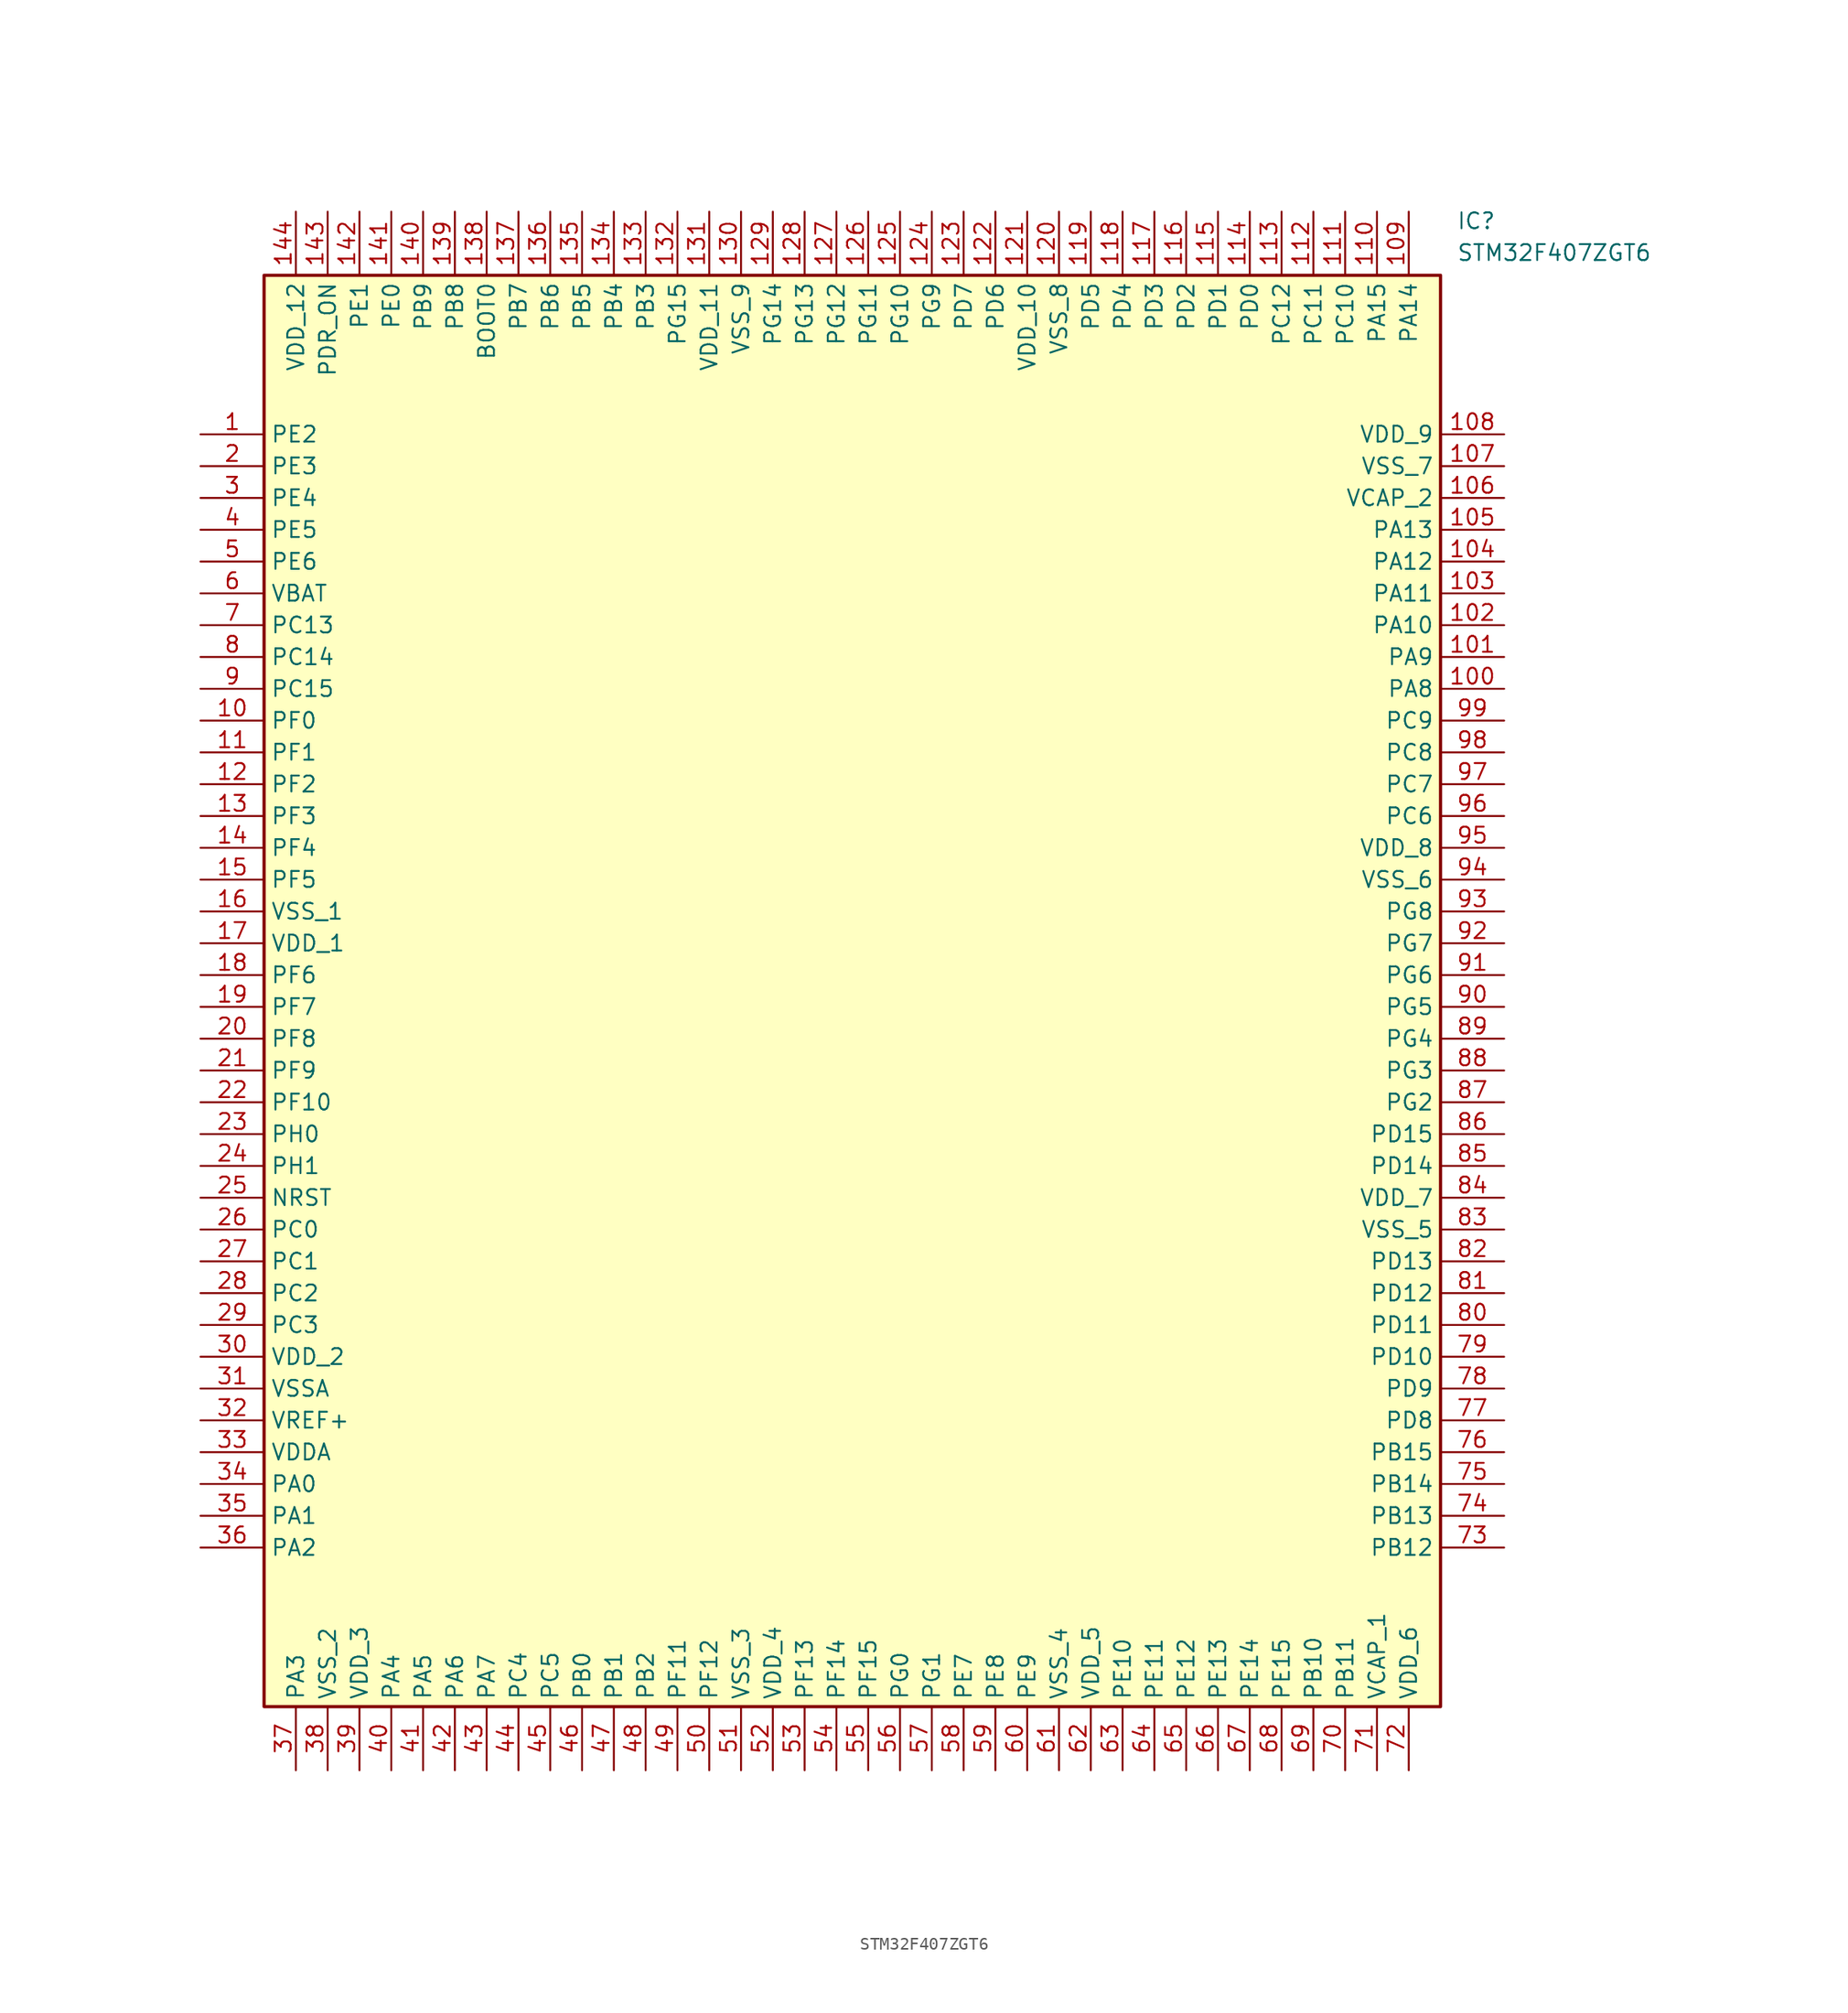
<source format=kicad_sym>
(kicad_symbol_lib
  (version 20211014)
  (generator SamacSys_ECAD_Model)
  (symbol "STM32F407ZGT6"
    (property "Reference" "IC"
      (at 100.33 17.78 0)
      (effects (font (size 1.27 1.27)) (justify left top)))
    (property "Value" "STM32F407ZGT6"
      (at 100.33 15.24 0)
      (effects (font (size 1.27 1.27)) (justify left top)))
    (rectangle
      (start 5.08 12.7)
      (end 99.06 -101.6)
      (stroke (width 0.254) (type default))
      (fill (type background)))
    (pin passive line
      (at 0 0 0)
      (length 5.08)
      (name "PE2" (effects (font (size 1.27 1.27))))
      (number "1" (effects (font (size 1.27 1.27)))))
    (pin passive line
      (at 0 -2.54 0)
      (length 5.08)
      (name "PE3" (effects (font (size 1.27 1.27))))
      (number "2" (effects (font (size 1.27 1.27)))))
    (pin passive line
      (at 0 -5.08 0)
      (length 5.08)
      (name "PE4" (effects (font (size 1.27 1.27))))
      (number "3" (effects (font (size 1.27 1.27)))))
    (pin passive line
      (at 0 -7.62 0)
      (length 5.08)
      (name "PE5" (effects (font (size 1.27 1.27))))
      (number "4" (effects (font (size 1.27 1.27)))))
    (pin passive line
      (at 0 -10.16 0)
      (length 5.08)
      (name "PE6" (effects (font (size 1.27 1.27))))
      (number "5" (effects (font (size 1.27 1.27)))))
    (pin passive line
      (at 0 -12.7 0)
      (length 5.08)
      (name "VBAT" (effects (font (size 1.27 1.27))))
      (number "6" (effects (font (size 1.27 1.27)))))
    (pin passive line
      (at 0 -15.24 0)
      (length 5.08)
      (name "PC13" (effects (font (size 1.27 1.27))))
      (number "7" (effects (font (size 1.27 1.27)))))
    (pin passive line
      (at 0 -17.78 0)
      (length 5.08)
      (name "PC14" (effects (font (size 1.27 1.27))))
      (number "8" (effects (font (size 1.27 1.27)))))
    (pin passive line
      (at 0 -20.32 0)
      (length 5.08)
      (name "PC15" (effects (font (size 1.27 1.27))))
      (number "9" (effects (font (size 1.27 1.27)))))
    (pin passive line
      (at 0 -22.86 0)
      (length 5.08)
      (name "PF0" (effects (font (size 1.27 1.27))))
      (number "10" (effects (font (size 1.27 1.27)))))
    (pin passive line
      (at 0 -25.4 0)
      (length 5.08)
      (name "PF1" (effects (font (size 1.27 1.27))))
      (number "11" (effects (font (size 1.27 1.27)))))
    (pin passive line
      (at 0 -27.94 0)
      (length 5.08)
      (name "PF2" (effects (font (size 1.27 1.27))))
      (number "12" (effects (font (size 1.27 1.27)))))
    (pin passive line
      (at 0 -30.48 0)
      (length 5.08)
      (name "PF3" (effects (font (size 1.27 1.27))))
      (number "13" (effects (font (size 1.27 1.27)))))
    (pin passive line
      (at 0 -33.02 0)
      (length 5.08)
      (name "PF4" (effects (font (size 1.27 1.27))))
      (number "14" (effects (font (size 1.27 1.27)))))
    (pin passive line
      (at 0 -35.56 0)
      (length 5.08)
      (name "PF5" (effects (font (size 1.27 1.27))))
      (number "15" (effects (font (size 1.27 1.27)))))
    (pin passive line
      (at 0 -38.1 0)
      (length 5.08)
      (name "VSS_1" (effects (font (size 1.27 1.27))))
      (number "16" (effects (font (size 1.27 1.27)))))
    (pin passive line
      (at 0 -40.64 0)
      (length 5.08)
      (name "VDD_1" (effects (font (size 1.27 1.27))))
      (number "17" (effects (font (size 1.27 1.27)))))
    (pin passive line
      (at 0 -43.18 0)
      (length 5.08)
      (name "PF6" (effects (font (size 1.27 1.27))))
      (number "18" (effects (font (size 1.27 1.27)))))
    (pin passive line
      (at 0 -45.72 0)
      (length 5.08)
      (name "PF7" (effects (font (size 1.27 1.27))))
      (number "19" (effects (font (size 1.27 1.27)))))
    (pin passive line
      (at 0 -48.26 0)
      (length 5.08)
      (name "PF8" (effects (font (size 1.27 1.27))))
      (number "20" (effects (font (size 1.27 1.27)))))
    (pin passive line
      (at 0 -50.8 0)
      (length 5.08)
      (name "PF9" (effects (font (size 1.27 1.27))))
      (number "21" (effects (font (size 1.27 1.27)))))
    (pin passive line
      (at 0 -53.34 0)
      (length 5.08)
      (name "PF10" (effects (font (size 1.27 1.27))))
      (number "22" (effects (font (size 1.27 1.27)))))
    (pin passive line
      (at 0 -55.88 0)
      (length 5.08)
      (name "PH0" (effects (font (size 1.27 1.27))))
      (number "23" (effects (font (size 1.27 1.27)))))
    (pin passive line
      (at 0 -58.42 0)
      (length 5.08)
      (name "PH1" (effects (font (size 1.27 1.27))))
      (number "24" (effects (font (size 1.27 1.27)))))
    (pin passive line
      (at 0 -60.96 0)
      (length 5.08)
      (name "NRST" (effects (font (size 1.27 1.27))))
      (number "25" (effects (font (size 1.27 1.27)))))
    (pin passive line
      (at 0 -63.5 0)
      (length 5.08)
      (name "PC0" (effects (font (size 1.27 1.27))))
      (number "26" (effects (font (size 1.27 1.27)))))
    (pin passive line
      (at 0 -66.04 0)
      (length 5.08)
      (name "PC1" (effects (font (size 1.27 1.27))))
      (number "27" (effects (font (size 1.27 1.27)))))
    (pin passive line
      (at 0 -68.58 0)
      (length 5.08)
      (name "PC2" (effects (font (size 1.27 1.27))))
      (number "28" (effects (font (size 1.27 1.27)))))
    (pin passive line
      (at 0 -71.12 0)
      (length 5.08)
      (name "PC3" (effects (font (size 1.27 1.27))))
      (number "29" (effects (font (size 1.27 1.27)))))
    (pin passive line
      (at 0 -73.66 0)
      (length 5.08)
      (name "VDD_2" (effects (font (size 1.27 1.27))))
      (number "30" (effects (font (size 1.27 1.27)))))
    (pin passive line
      (at 0 -76.2 0)
      (length 5.08)
      (name "VSSA" (effects (font (size 1.27 1.27))))
      (number "31" (effects (font (size 1.27 1.27)))))
    (pin passive line
      (at 0 -78.74 0)
      (length 5.08)
      (name "VREF+" (effects (font (size 1.27 1.27))))
      (number "32" (effects (font (size 1.27 1.27)))))
    (pin passive line
      (at 0 -81.28 0)
      (length 5.08)
      (name "VDDA" (effects (font (size 1.27 1.27))))
      (number "33" (effects (font (size 1.27 1.27)))))
    (pin passive line
      (at 0 -83.82 0)
      (length 5.08)
      (name "PA0" (effects (font (size 1.27 1.27))))
      (number "34" (effects (font (size 1.27 1.27)))))
    (pin passive line
      (at 0 -86.36 0)
      (length 5.08)
      (name "PA1" (effects (font (size 1.27 1.27))))
      (number "35" (effects (font (size 1.27 1.27)))))
    (pin passive line
      (at 0 -88.9 0)
      (length 5.08)
      (name "PA2" (effects (font (size 1.27 1.27))))
      (number "36" (effects (font (size 1.27 1.27)))))
    (pin passive line
      (at 7.62 -106.68 90)
      (length 5.08)
      (name "PA3" (effects (font (size 1.27 1.27))))
      (number "37" (effects (font (size 1.27 1.27)))))
    (pin passive line
      (at 10.16 -106.68 90)
      (length 5.08)
      (name "VSS_2" (effects (font (size 1.27 1.27))))
      (number "38" (effects (font (size 1.27 1.27)))))
    (pin passive line
      (at 12.7 -106.68 90)
      (length 5.08)
      (name "VDD_3" (effects (font (size 1.27 1.27))))
      (number "39" (effects (font (size 1.27 1.27)))))
    (pin passive line
      (at 15.24 -106.68 90)
      (length 5.08)
      (name "PA4" (effects (font (size 1.27 1.27))))
      (number "40" (effects (font (size 1.27 1.27)))))
    (pin passive line
      (at 17.78 -106.68 90)
      (length 5.08)
      (name "PA5" (effects (font (size 1.27 1.27))))
      (number "41" (effects (font (size 1.27 1.27)))))
    (pin passive line
      (at 20.32 -106.68 90)
      (length 5.08)
      (name "PA6" (effects (font (size 1.27 1.27))))
      (number "42" (effects (font (size 1.27 1.27)))))
    (pin passive line
      (at 22.86 -106.68 90)
      (length 5.08)
      (name "PA7" (effects (font (size 1.27 1.27))))
      (number "43" (effects (font (size 1.27 1.27)))))
    (pin passive line
      (at 25.4 -106.68 90)
      (length 5.08)
      (name "PC4" (effects (font (size 1.27 1.27))))
      (number "44" (effects (font (size 1.27 1.27)))))
    (pin passive line
      (at 27.94 -106.68 90)
      (length 5.08)
      (name "PC5" (effects (font (size 1.27 1.27))))
      (number "45" (effects (font (size 1.27 1.27)))))
    (pin passive line
      (at 30.48 -106.68 90)
      (length 5.08)
      (name "PB0" (effects (font (size 1.27 1.27))))
      (number "46" (effects (font (size 1.27 1.27)))))
    (pin passive line
      (at 33.02 -106.68 90)
      (length 5.08)
      (name "PB1" (effects (font (size 1.27 1.27))))
      (number "47" (effects (font (size 1.27 1.27)))))
    (pin passive line
      (at 35.56 -106.68 90)
      (length 5.08)
      (name "PB2" (effects (font (size 1.27 1.27))))
      (number "48" (effects (font (size 1.27 1.27)))))
    (pin passive line
      (at 38.1 -106.68 90)
      (length 5.08)
      (name "PF11" (effects (font (size 1.27 1.27))))
      (number "49" (effects (font (size 1.27 1.27)))))
    (pin passive line
      (at 40.64 -106.68 90)
      (length 5.08)
      (name "PF12" (effects (font (size 1.27 1.27))))
      (number "50" (effects (font (size 1.27 1.27)))))
    (pin passive line
      (at 43.18 -106.68 90)
      (length 5.08)
      (name "VSS_3" (effects (font (size 1.27 1.27))))
      (number "51" (effects (font (size 1.27 1.27)))))
    (pin passive line
      (at 45.72 -106.68 90)
      (length 5.08)
      (name "VDD_4" (effects (font (size 1.27 1.27))))
      (number "52" (effects (font (size 1.27 1.27)))))
    (pin passive line
      (at 48.26 -106.68 90)
      (length 5.08)
      (name "PF13" (effects (font (size 1.27 1.27))))
      (number "53" (effects (font (size 1.27 1.27)))))
    (pin passive line
      (at 50.8 -106.68 90)
      (length 5.08)
      (name "PF14" (effects (font (size 1.27 1.27))))
      (number "54" (effects (font (size 1.27 1.27)))))
    (pin passive line
      (at 53.34 -106.68 90)
      (length 5.08)
      (name "PF15" (effects (font (size 1.27 1.27))))
      (number "55" (effects (font (size 1.27 1.27)))))
    (pin passive line
      (at 55.88 -106.68 90)
      (length 5.08)
      (name "PG0" (effects (font (size 1.27 1.27))))
      (number "56" (effects (font (size 1.27 1.27)))))
    (pin passive line
      (at 58.42 -106.68 90)
      (length 5.08)
      (name "PG1" (effects (font (size 1.27 1.27))))
      (number "57" (effects (font (size 1.27 1.27)))))
    (pin passive line
      (at 60.96 -106.68 90)
      (length 5.08)
      (name "PE7" (effects (font (size 1.27 1.27))))
      (number "58" (effects (font (size 1.27 1.27)))))
    (pin passive line
      (at 63.5 -106.68 90)
      (length 5.08)
      (name "PE8" (effects (font (size 1.27 1.27))))
      (number "59" (effects (font (size 1.27 1.27)))))
    (pin passive line
      (at 66.04 -106.68 90)
      (length 5.08)
      (name "PE9" (effects (font (size 1.27 1.27))))
      (number "60" (effects (font (size 1.27 1.27)))))
    (pin passive line
      (at 68.58 -106.68 90)
      (length 5.08)
      (name "VSS_4" (effects (font (size 1.27 1.27))))
      (number "61" (effects (font (size 1.27 1.27)))))
    (pin passive line
      (at 71.12 -106.68 90)
      (length 5.08)
      (name "VDD_5" (effects (font (size 1.27 1.27))))
      (number "62" (effects (font (size 1.27 1.27)))))
    (pin passive line
      (at 73.66 -106.68 90)
      (length 5.08)
      (name "PE10" (effects (font (size 1.27 1.27))))
      (number "63" (effects (font (size 1.27 1.27)))))
    (pin passive line
      (at 76.2 -106.68 90)
      (length 5.08)
      (name "PE11" (effects (font (size 1.27 1.27))))
      (number "64" (effects (font (size 1.27 1.27)))))
    (pin passive line
      (at 78.74 -106.68 90)
      (length 5.08)
      (name "PE12" (effects (font (size 1.27 1.27))))
      (number "65" (effects (font (size 1.27 1.27)))))
    (pin passive line
      (at 81.28 -106.68 90)
      (length 5.08)
      (name "PE13" (effects (font (size 1.27 1.27))))
      (number "66" (effects (font (size 1.27 1.27)))))
    (pin passive line
      (at 83.82 -106.68 90)
      (length 5.08)
      (name "PE14" (effects (font (size 1.27 1.27))))
      (number "67" (effects (font (size 1.27 1.27)))))
    (pin passive line
      (at 86.36 -106.68 90)
      (length 5.08)
      (name "PE15" (effects (font (size 1.27 1.27))))
      (number "68" (effects (font (size 1.27 1.27)))))
    (pin passive line
      (at 88.9 -106.68 90)
      (length 5.08)
      (name "PB10" (effects (font (size 1.27 1.27))))
      (number "69" (effects (font (size 1.27 1.27)))))
    (pin passive line
      (at 91.44 -106.68 90)
      (length 5.08)
      (name "PB11" (effects (font (size 1.27 1.27))))
      (number "70" (effects (font (size 1.27 1.27)))))
    (pin passive line
      (at 93.98 -106.68 90)
      (length 5.08)
      (name "VCAP_1" (effects (font (size 1.27 1.27))))
      (number "71" (effects (font (size 1.27 1.27)))))
    (pin passive line
      (at 96.52 -106.68 90)
      (length 5.08)
      (name "VDD_6" (effects (font (size 1.27 1.27))))
      (number "72" (effects (font (size 1.27 1.27)))))
    (pin passive line
      (at 104.14 0 180)
      (length 5.08)
      (name "VDD_9" (effects (font (size 1.27 1.27))))
      (number "108" (effects (font (size 1.27 1.27)))))
    (pin passive line
      (at 104.14 -2.54 180)
      (length 5.08)
      (name "VSS_7" (effects (font (size 1.27 1.27))))
      (number "107" (effects (font (size 1.27 1.27)))))
    (pin passive line
      (at 104.14 -5.08 180)
      (length 5.08)
      (name "VCAP_2" (effects (font (size 1.27 1.27))))
      (number "106" (effects (font (size 1.27 1.27)))))
    (pin passive line
      (at 104.14 -7.62 180)
      (length 5.08)
      (name "PA13" (effects (font (size 1.27 1.27))))
      (number "105" (effects (font (size 1.27 1.27)))))
    (pin passive line
      (at 104.14 -10.16 180)
      (length 5.08)
      (name "PA12" (effects (font (size 1.27 1.27))))
      (number "104" (effects (font (size 1.27 1.27)))))
    (pin passive line
      (at 104.14 -12.7 180)
      (length 5.08)
      (name "PA11" (effects (font (size 1.27 1.27))))
      (number "103" (effects (font (size 1.27 1.27)))))
    (pin passive line
      (at 104.14 -15.24 180)
      (length 5.08)
      (name "PA10" (effects (font (size 1.27 1.27))))
      (number "102" (effects (font (size 1.27 1.27)))))
    (pin passive line
      (at 104.14 -17.78 180)
      (length 5.08)
      (name "PA9" (effects (font (size 1.27 1.27))))
      (number "101" (effects (font (size 1.27 1.27)))))
    (pin passive line
      (at 104.14 -20.32 180)
      (length 5.08)
      (name "PA8" (effects (font (size 1.27 1.27))))
      (number "100" (effects (font (size 1.27 1.27)))))
    (pin passive line
      (at 104.14 -22.86 180)
      (length 5.08)
      (name "PC9" (effects (font (size 1.27 1.27))))
      (number "99" (effects (font (size 1.27 1.27)))))
    (pin passive line
      (at 104.14 -25.4 180)
      (length 5.08)
      (name "PC8" (effects (font (size 1.27 1.27))))
      (number "98" (effects (font (size 1.27 1.27)))))
    (pin passive line
      (at 104.14 -27.94 180)
      (length 5.08)
      (name "PC7" (effects (font (size 1.27 1.27))))
      (number "97" (effects (font (size 1.27 1.27)))))
    (pin passive line
      (at 104.14 -30.48 180)
      (length 5.08)
      (name "PC6" (effects (font (size 1.27 1.27))))
      (number "96" (effects (font (size 1.27 1.27)))))
    (pin passive line
      (at 104.14 -33.02 180)
      (length 5.08)
      (name "VDD_8" (effects (font (size 1.27 1.27))))
      (number "95" (effects (font (size 1.27 1.27)))))
    (pin passive line
      (at 104.14 -35.56 180)
      (length 5.08)
      (name "VSS_6" (effects (font (size 1.27 1.27))))
      (number "94" (effects (font (size 1.27 1.27)))))
    (pin passive line
      (at 104.14 -38.1 180)
      (length 5.08)
      (name "PG8" (effects (font (size 1.27 1.27))))
      (number "93" (effects (font (size 1.27 1.27)))))
    (pin passive line
      (at 104.14 -40.64 180)
      (length 5.08)
      (name "PG7" (effects (font (size 1.27 1.27))))
      (number "92" (effects (font (size 1.27 1.27)))))
    (pin passive line
      (at 104.14 -43.18 180)
      (length 5.08)
      (name "PG6" (effects (font (size 1.27 1.27))))
      (number "91" (effects (font (size 1.27 1.27)))))
    (pin passive line
      (at 104.14 -45.72 180)
      (length 5.08)
      (name "PG5" (effects (font (size 1.27 1.27))))
      (number "90" (effects (font (size 1.27 1.27)))))
    (pin passive line
      (at 104.14 -48.26 180)
      (length 5.08)
      (name "PG4" (effects (font (size 1.27 1.27))))
      (number "89" (effects (font (size 1.27 1.27)))))
    (pin passive line
      (at 104.14 -50.8 180)
      (length 5.08)
      (name "PG3" (effects (font (size 1.27 1.27))))
      (number "88" (effects (font (size 1.27 1.27)))))
    (pin passive line
      (at 104.14 -53.34 180)
      (length 5.08)
      (name "PG2" (effects (font (size 1.27 1.27))))
      (number "87" (effects (font (size 1.27 1.27)))))
    (pin passive line
      (at 104.14 -55.88 180)
      (length 5.08)
      (name "PD15" (effects (font (size 1.27 1.27))))
      (number "86" (effects (font (size 1.27 1.27)))))
    (pin passive line
      (at 104.14 -58.42 180)
      (length 5.08)
      (name "PD14" (effects (font (size 1.27 1.27))))
      (number "85" (effects (font (size 1.27 1.27)))))
    (pin passive line
      (at 104.14 -60.96 180)
      (length 5.08)
      (name "VDD_7" (effects (font (size 1.27 1.27))))
      (number "84" (effects (font (size 1.27 1.27)))))
    (pin passive line
      (at 104.14 -63.5 180)
      (length 5.08)
      (name "VSS_5" (effects (font (size 1.27 1.27))))
      (number "83" (effects (font (size 1.27 1.27)))))
    (pin passive line
      (at 104.14 -66.04 180)
      (length 5.08)
      (name "PD13" (effects (font (size 1.27 1.27))))
      (number "82" (effects (font (size 1.27 1.27)))))
    (pin passive line
      (at 104.14 -68.58 180)
      (length 5.08)
      (name "PD12" (effects (font (size 1.27 1.27))))
      (number "81" (effects (font (size 1.27 1.27)))))
    (pin passive line
      (at 104.14 -71.12 180)
      (length 5.08)
      (name "PD11" (effects (font (size 1.27 1.27))))
      (number "80" (effects (font (size 1.27 1.27)))))
    (pin passive line
      (at 104.14 -73.66 180)
      (length 5.08)
      (name "PD10" (effects (font (size 1.27 1.27))))
      (number "79" (effects (font (size 1.27 1.27)))))
    (pin passive line
      (at 104.14 -76.2 180)
      (length 5.08)
      (name "PD9" (effects (font (size 1.27 1.27))))
      (number "78" (effects (font (size 1.27 1.27)))))
    (pin passive line
      (at 104.14 -78.74 180)
      (length 5.08)
      (name "PD8" (effects (font (size 1.27 1.27))))
      (number "77" (effects (font (size 1.27 1.27)))))
    (pin passive line
      (at 104.14 -81.28 180)
      (length 5.08)
      (name "PB15" (effects (font (size 1.27 1.27))))
      (number "76" (effects (font (size 1.27 1.27)))))
    (pin passive line
      (at 104.14 -83.82 180)
      (length 5.08)
      (name "PB14" (effects (font (size 1.27 1.27))))
      (number "75" (effects (font (size 1.27 1.27)))))
    (pin passive line
      (at 104.14 -86.36 180)
      (length 5.08)
      (name "PB13" (effects (font (size 1.27 1.27))))
      (number "74" (effects (font (size 1.27 1.27)))))
    (pin passive line
      (at 104.14 -88.9 180)
      (length 5.08)
      (name "PB12" (effects (font (size 1.27 1.27))))
      (number "73" (effects (font (size 1.27 1.27)))))
    (pin passive line
      (at 7.62 17.78 270)
      (length 5.08)
      (name "VDD_12" (effects (font (size 1.27 1.27))))
      (number "144" (effects (font (size 1.27 1.27)))))
    (pin passive line
      (at 10.16 17.78 270)
      (length 5.08)
      (name "PDR_ON" (effects (font (size 1.27 1.27))))
      (number "143" (effects (font (size 1.27 1.27)))))
    (pin passive line
      (at 12.7 17.78 270)
      (length 5.08)
      (name "PE1" (effects (font (size 1.27 1.27))))
      (number "142" (effects (font (size 1.27 1.27)))))
    (pin passive line
      (at 15.24 17.78 270)
      (length 5.08)
      (name "PE0" (effects (font (size 1.27 1.27))))
      (number "141" (effects (font (size 1.27 1.27)))))
    (pin passive line
      (at 17.78 17.78 270)
      (length 5.08)
      (name "PB9" (effects (font (size 1.27 1.27))))
      (number "140" (effects (font (size 1.27 1.27)))))
    (pin passive line
      (at 20.32 17.78 270)
      (length 5.08)
      (name "PB8" (effects (font (size 1.27 1.27))))
      (number "139" (effects (font (size 1.27 1.27)))))
    (pin passive line
      (at 22.86 17.78 270)
      (length 5.08)
      (name "BOOT0" (effects (font (size 1.27 1.27))))
      (number "138" (effects (font (size 1.27 1.27)))))
    (pin passive line
      (at 25.4 17.78 270)
      (length 5.08)
      (name "PB7" (effects (font (size 1.27 1.27))))
      (number "137" (effects (font (size 1.27 1.27)))))
    (pin passive line
      (at 27.94 17.78 270)
      (length 5.08)
      (name "PB6" (effects (font (size 1.27 1.27))))
      (number "136" (effects (font (size 1.27 1.27)))))
    (pin passive line
      (at 30.48 17.78 270)
      (length 5.08)
      (name "PB5" (effects (font (size 1.27 1.27))))
      (number "135" (effects (font (size 1.27 1.27)))))
    (pin passive line
      (at 33.02 17.78 270)
      (length 5.08)
      (name "PB4" (effects (font (size 1.27 1.27))))
      (number "134" (effects (font (size 1.27 1.27)))))
    (pin passive line
      (at 35.56 17.78 270)
      (length 5.08)
      (name "PB3" (effects (font (size 1.27 1.27))))
      (number "133" (effects (font (size 1.27 1.27)))))
    (pin passive line
      (at 38.1 17.78 270)
      (length 5.08)
      (name "PG15" (effects (font (size 1.27 1.27))))
      (number "132" (effects (font (size 1.27 1.27)))))
    (pin passive line
      (at 40.64 17.78 270)
      (length 5.08)
      (name "VDD_11" (effects (font (size 1.27 1.27))))
      (number "131" (effects (font (size 1.27 1.27)))))
    (pin passive line
      (at 43.18 17.78 270)
      (length 5.08)
      (name "VSS_9" (effects (font (size 1.27 1.27))))
      (number "130" (effects (font (size 1.27 1.27)))))
    (pin passive line
      (at 45.72 17.78 270)
      (length 5.08)
      (name "PG14" (effects (font (size 1.27 1.27))))
      (number "129" (effects (font (size 1.27 1.27)))))
    (pin passive line
      (at 48.26 17.78 270)
      (length 5.08)
      (name "PG13" (effects (font (size 1.27 1.27))))
      (number "128" (effects (font (size 1.27 1.27)))))
    (pin passive line
      (at 50.8 17.78 270)
      (length 5.08)
      (name "PG12" (effects (font (size 1.27 1.27))))
      (number "127" (effects (font (size 1.27 1.27)))))
    (pin passive line
      (at 53.34 17.78 270)
      (length 5.08)
      (name "PG11" (effects (font (size 1.27 1.27))))
      (number "126" (effects (font (size 1.27 1.27)))))
    (pin passive line
      (at 55.88 17.78 270)
      (length 5.08)
      (name "PG10" (effects (font (size 1.27 1.27))))
      (number "125" (effects (font (size 1.27 1.27)))))
    (pin passive line
      (at 58.42 17.78 270)
      (length 5.08)
      (name "PG9" (effects (font (size 1.27 1.27))))
      (number "124" (effects (font (size 1.27 1.27)))))
    (pin passive line
      (at 60.96 17.78 270)
      (length 5.08)
      (name "PD7" (effects (font (size 1.27 1.27))))
      (number "123" (effects (font (size 1.27 1.27)))))
    (pin passive line
      (at 63.5 17.78 270)
      (length 5.08)
      (name "PD6" (effects (font (size 1.27 1.27))))
      (number "122" (effects (font (size 1.27 1.27)))))
    (pin passive line
      (at 66.04 17.78 270)
      (length 5.08)
      (name "VDD_10" (effects (font (size 1.27 1.27))))
      (number "121" (effects (font (size 1.27 1.27)))))
    (pin passive line
      (at 68.58 17.78 270)
      (length 5.08)
      (name "VSS_8" (effects (font (size 1.27 1.27))))
      (number "120" (effects (font (size 1.27 1.27)))))
    (pin passive line
      (at 71.12 17.78 270)
      (length 5.08)
      (name "PD5" (effects (font (size 1.27 1.27))))
      (number "119" (effects (font (size 1.27 1.27)))))
    (pin passive line
      (at 73.66 17.78 270)
      (length 5.08)
      (name "PD4" (effects (font (size 1.27 1.27))))
      (number "118" (effects (font (size 1.27 1.27)))))
    (pin passive line
      (at 76.2 17.78 270)
      (length 5.08)
      (name "PD3" (effects (font (size 1.27 1.27))))
      (number "117" (effects (font (size 1.27 1.27)))))
    (pin passive line
      (at 78.74 17.78 270)
      (length 5.08)
      (name "PD2" (effects (font (size 1.27 1.27))))
      (number "116" (effects (font (size 1.27 1.27)))))
    (pin passive line
      (at 81.28 17.78 270)
      (length 5.08)
      (name "PD1" (effects (font (size 1.27 1.27))))
      (number "115" (effects (font (size 1.27 1.27)))))
    (pin passive line
      (at 83.82 17.78 270)
      (length 5.08)
      (name "PD0" (effects (font (size 1.27 1.27))))
      (number "114" (effects (font (size 1.27 1.27)))))
    (pin passive line
      (at 86.36 17.78 270)
      (length 5.08)
      (name "PC12" (effects (font (size 1.27 1.27))))
      (number "113" (effects (font (size 1.27 1.27)))))
    (pin passive line
      (at 88.9 17.78 270)
      (length 5.08)
      (name "PC11" (effects (font (size 1.27 1.27))))
      (number "112" (effects (font (size 1.27 1.27)))))
    (pin passive line
      (at 91.44 17.78 270)
      (length 5.08)
      (name "PC10" (effects (font (size 1.27 1.27))))
      (number "111" (effects (font (size 1.27 1.27)))))
    (pin passive line
      (at 93.98 17.78 270)
      (length 5.08)
      (name "PA15" (effects (font (size 1.27 1.27))))
      (number "110" (effects (font (size 1.27 1.27)))))
    (pin passive line
      (at 96.52 17.78 270)
      (length 5.08)
      (name "PA14" (effects (font (size 1.27 1.27))))
      (number "109" (effects (font (size 1.27 1.27)))))))
</source>
